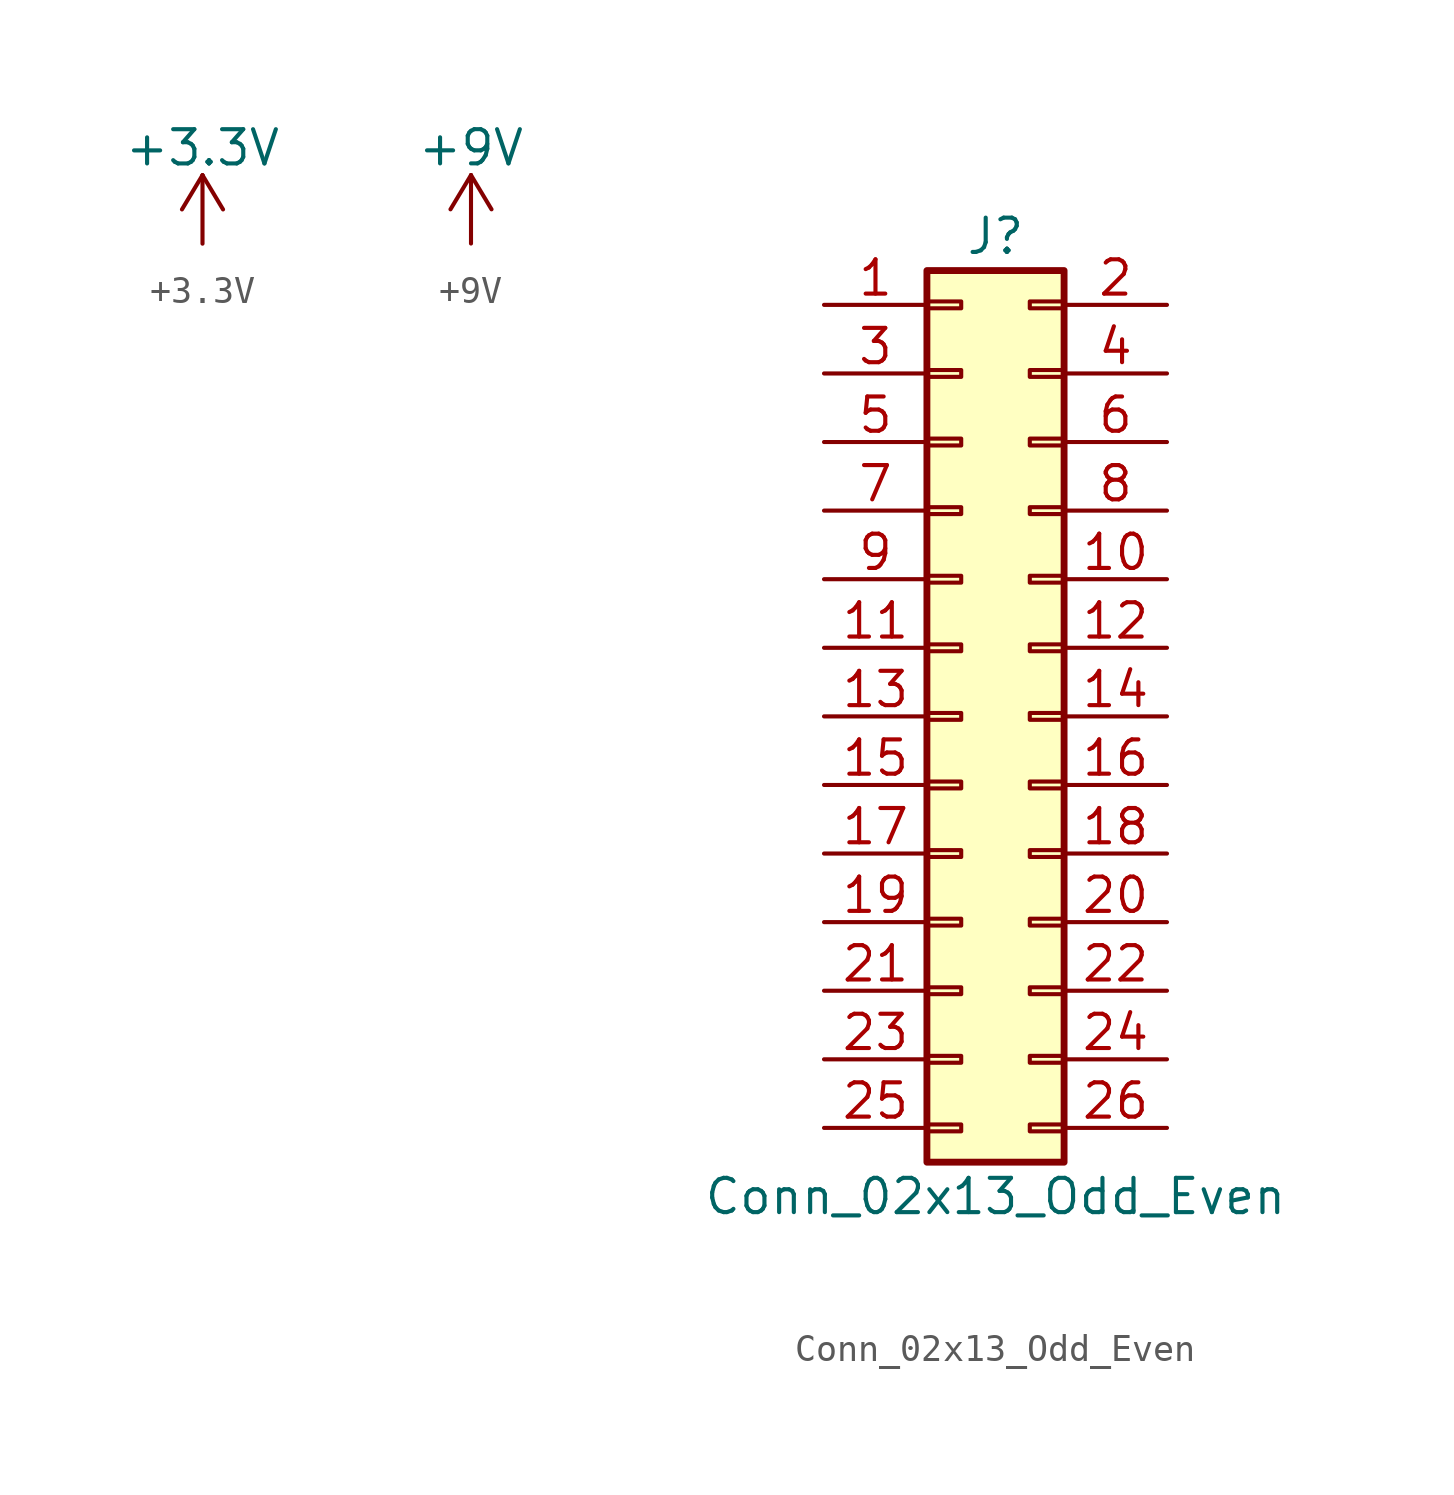
<source format=kicad_sym>
(kicad_symbol_lib
  (version 20241209)
  (generator "kicad_symbol_editor")
  (generator_version "9.0")
  (symbol "+3.3V"
    (power)
    (pin_names
      (offset 0))
    (property "Reference" "#PWR"
      (at 0 -3.81 0)
      (effects (font (size 1.27 1.27)) (hide yes)))
    (property "Value" "+3.3V"
      (at 0 3.556 0)
      (effects (font (size 1.27 1.27))))
    (symbol "+3.3V_0_1"
      (polyline (pts (xy -0.762 1.27) (xy 0 2.54)) (stroke (width 0) (type default)) (fill (type none)))
      (polyline (pts (xy 0 2.54) (xy 0.762 1.27)) (stroke (width 0) (type default)) (fill (type none)))
      (polyline (pts (xy 0 0) (xy 0 2.54)) (stroke (width 0) (type default)) (fill (type none))))
    (symbol "+3.3V_1_1"
      (pin power_in line (at 0 0 90) (length 0) (hide yes) (name "+3V3" (effects (font (size 1.27 1.27)))) (number "1" (effects (font (size 1.27 1.27)))))))
  (symbol "+9V"
    (power)
    (pin_names
      (offset 0))
    (property "Reference" "#PWR"
      (at 0 -3.81 0)
      (effects (font (size 1.27 1.27)) (hide yes)))
    (property "Value" "+9V"
      (at 0 3.556 0)
      (effects (font (size 1.27 1.27))))
    (symbol "+9V_0_1"
      (polyline (pts (xy -0.762 1.27) (xy 0 2.54)) (stroke (width 0) (type default)) (fill (type none)))
      (polyline (pts (xy 0 2.54) (xy 0.762 1.27)) (stroke (width 0) (type default)) (fill (type none)))
      (polyline (pts (xy 0 0) (xy 0 2.54)) (stroke (width 0) (type default)) (fill (type none))))
    (symbol "+9V_1_1"
      (pin power_in line (at 0 0 90) (length 0) (hide yes) (name "+9V" (effects (font (size 1.27 1.27)))) (number "1" (effects (font (size 1.27 1.27)))))))
  (symbol "Conn_02x13_Odd_Even"
    (pin_names
      (offset 1.016)
      (hide yes))
    (property "Reference" "J"
      (at 1.27 17.78 0)
      (effects (font (size 1.27 1.27))))
    (property "Value" "Conn_02x13_Odd_Even"
      (at 1.27 -17.78 0)
      (effects (font (size 1.27 1.27))))
    (symbol "Conn_02x13_Odd_Even_1_1"
      (rectangle (start -1.27 16.51) (end 3.81 -16.51) (stroke (width 0.254) (type default)) (fill (type background)))
      (rectangle (start -1.27 15.367) (end 0 15.113) (stroke (width 0.152) (type default)) (fill (type none)))
      (rectangle (start -1.27 12.827) (end 0 12.573) (stroke (width 0.152) (type default)) (fill (type none)))
      (rectangle (start -1.27 10.287) (end 0 10.033) (stroke (width 0.152) (type default)) (fill (type none)))
      (rectangle (start -1.27 7.747) (end 0 7.493) (stroke (width 0.152) (type default)) (fill (type none)))
      (rectangle (start -1.27 5.207) (end 0 4.953) (stroke (width 0.152) (type default)) (fill (type none)))
      (rectangle (start -1.27 2.667) (end 0 2.413) (stroke (width 0.152) (type default)) (fill (type none)))
      (rectangle (start -1.27 0.127) (end 0 -0.127) (stroke (width 0.152) (type default)) (fill (type none)))
      (rectangle (start -1.27 -2.413) (end 0 -2.667) (stroke (width 0.152) (type default)) (fill (type none)))
      (rectangle (start -1.27 -4.953) (end 0 -5.207) (stroke (width 0.152) (type default)) (fill (type none)))
      (rectangle (start -1.27 -7.493) (end 0 -7.747) (stroke (width 0.152) (type default)) (fill (type none)))
      (rectangle (start -1.27 -10.033) (end 0 -10.287) (stroke (width 0.152) (type default)) (fill (type none)))
      (rectangle (start -1.27 -12.573) (end 0 -12.827) (stroke (width 0.152) (type default)) (fill (type none)))
      (rectangle (start -1.27 -15.113) (end 0 -15.367) (stroke (width 0.152) (type default)) (fill (type none)))
      (rectangle (start 3.81 15.367) (end 2.54 15.113) (stroke (width 0.152) (type default)) (fill (type none)))
      (rectangle (start 3.81 12.827) (end 2.54 12.573) (stroke (width 0.152) (type default)) (fill (type none)))
      (rectangle (start 3.81 10.287) (end 2.54 10.033) (stroke (width 0.152) (type default)) (fill (type none)))
      (rectangle (start 3.81 7.747) (end 2.54 7.493) (stroke (width 0.152) (type default)) (fill (type none)))
      (rectangle (start 3.81 5.207) (end 2.54 4.953) (stroke (width 0.152) (type default)) (fill (type none)))
      (rectangle (start 3.81 2.667) (end 2.54 2.413) (stroke (width 0.152) (type default)) (fill (type none)))
      (rectangle (start 3.81 0.127) (end 2.54 -0.127) (stroke (width 0.152) (type default)) (fill (type none)))
      (rectangle (start 3.81 -2.413) (end 2.54 -2.667) (stroke (width 0.152) (type default)) (fill (type none)))
      (rectangle (start 3.81 -4.953) (end 2.54 -5.207) (stroke (width 0.152) (type default)) (fill (type none)))
      (rectangle (start 3.81 -7.493) (end 2.54 -7.747) (stroke (width 0.152) (type default)) (fill (type none)))
      (rectangle (start 3.81 -10.033) (end 2.54 -10.287) (stroke (width 0.152) (type default)) (fill (type none)))
      (rectangle (start 3.81 -12.573) (end 2.54 -12.827) (stroke (width 0.152) (type default)) (fill (type none)))
      (rectangle (start 3.81 -15.113) (end 2.54 -15.367) (stroke (width 0.152) (type default)) (fill (type none)))
      (pin passive line (at -5.08 15.24 0) (length 3.81) (name "Pin_1" (effects (font (size 1.27 1.27)))) (number "1" (effects (font (size 1.27 1.27)))))
      (pin passive line (at -5.08 12.7 0) (length 3.81) (name "Pin_3" (effects (font (size 1.27 1.27)))) (number "3" (effects (font (size 1.27 1.27)))))
      (pin passive line (at -5.08 10.16 0) (length 3.81) (name "Pin_5" (effects (font (size 1.27 1.27)))) (number "5" (effects (font (size 1.27 1.27)))))
      (pin passive line (at -5.08 7.62 0) (length 3.81) (name "Pin_7" (effects (font (size 1.27 1.27)))) (number "7" (effects (font (size 1.27 1.27)))))
      (pin passive line (at -5.08 5.08 0) (length 3.81) (name "Pin_9" (effects (font (size 1.27 1.27)))) (number "9" (effects (font (size 1.27 1.27)))))
      (pin passive line (at -5.08 2.54 0) (length 3.81) (name "Pin_11" (effects (font (size 1.27 1.27)))) (number "11" (effects (font (size 1.27 1.27)))))
      (pin passive line (at -5.08 0 0) (length 3.81) (name "Pin_13" (effects (font (size 1.27 1.27)))) (number "13" (effects (font (size 1.27 1.27)))))
      (pin passive line (at -5.08 -2.54 0) (length 3.81) (name "Pin_15" (effects (font (size 1.27 1.27)))) (number "15" (effects (font (size 1.27 1.27)))))
      (pin passive line (at -5.08 -5.08 0) (length 3.81) (name "Pin_17" (effects (font (size 1.27 1.27)))) (number "17" (effects (font (size 1.27 1.27)))))
      (pin passive line (at -5.08 -7.62 0) (length 3.81) (name "Pin_19" (effects (font (size 1.27 1.27)))) (number "19" (effects (font (size 1.27 1.27)))))
      (pin passive line (at -5.08 -10.16 0) (length 3.81) (name "Pin_21" (effects (font (size 1.27 1.27)))) (number "21" (effects (font (size 1.27 1.27)))))
      (pin passive line (at -5.08 -12.7 0) (length 3.81) (name "Pin_23" (effects (font (size 1.27 1.27)))) (number "23" (effects (font (size 1.27 1.27)))))
      (pin passive line (at -5.08 -15.24 0) (length 3.81) (name "Pin_25" (effects (font (size 1.27 1.27)))) (number "25" (effects (font (size 1.27 1.27)))))
      (pin passive line (at 7.62 15.24 180) (length 3.81) (name "Pin_2" (effects (font (size 1.27 1.27)))) (number "2" (effects (font (size 1.27 1.27)))))
      (pin passive line (at 7.62 12.7 180) (length 3.81) (name "Pin_4" (effects (font (size 1.27 1.27)))) (number "4" (effects (font (size 1.27 1.27)))))
      (pin passive line (at 7.62 10.16 180) (length 3.81) (name "Pin_6" (effects (font (size 1.27 1.27)))) (number "6" (effects (font (size 1.27 1.27)))))
      (pin passive line (at 7.62 7.62 180) (length 3.81) (name "Pin_8" (effects (font (size 1.27 1.27)))) (number "8" (effects (font (size 1.27 1.27)))))
      (pin passive line (at 7.62 5.08 180) (length 3.81) (name "Pin_10" (effects (font (size 1.27 1.27)))) (number "10" (effects (font (size 1.27 1.27)))))
      (pin passive line (at 7.62 2.54 180) (length 3.81) (name "Pin_12" (effects (font (size 1.27 1.27)))) (number "12" (effects (font (size 1.27 1.27)))))
      (pin passive line (at 7.62 0 180) (length 3.81) (name "Pin_14" (effects (font (size 1.27 1.27)))) (number "14" (effects (font (size 1.27 1.27)))))
      (pin passive line (at 7.62 -2.54 180) (length 3.81) (name "Pin_16" (effects (font (size 1.27 1.27)))) (number "16" (effects (font (size 1.27 1.27)))))
      (pin passive line (at 7.62 -5.08 180) (length 3.81) (name "Pin_18" (effects (font (size 1.27 1.27)))) (number "18" (effects (font (size 1.27 1.27)))))
      (pin passive line (at 7.62 -7.62 180) (length 3.81) (name "Pin_20" (effects (font (size 1.27 1.27)))) (number "20" (effects (font (size 1.27 1.27)))))
      (pin passive line (at 7.62 -10.16 180) (length 3.81) (name "Pin_22" (effects (font (size 1.27 1.27)))) (number "22" (effects (font (size 1.27 1.27)))))
      (pin passive line (at 7.62 -12.7 180) (length 3.81) (name "Pin_24" (effects (font (size 1.27 1.27)))) (number "24" (effects (font (size 1.27 1.27)))))
      (pin passive line (at 7.62 -15.24 180) (length 3.81) (name "Pin_26" (effects (font (size 1.27 1.27)))) (number "26" (effects (font (size 1.27 1.27))))))))
</source>
